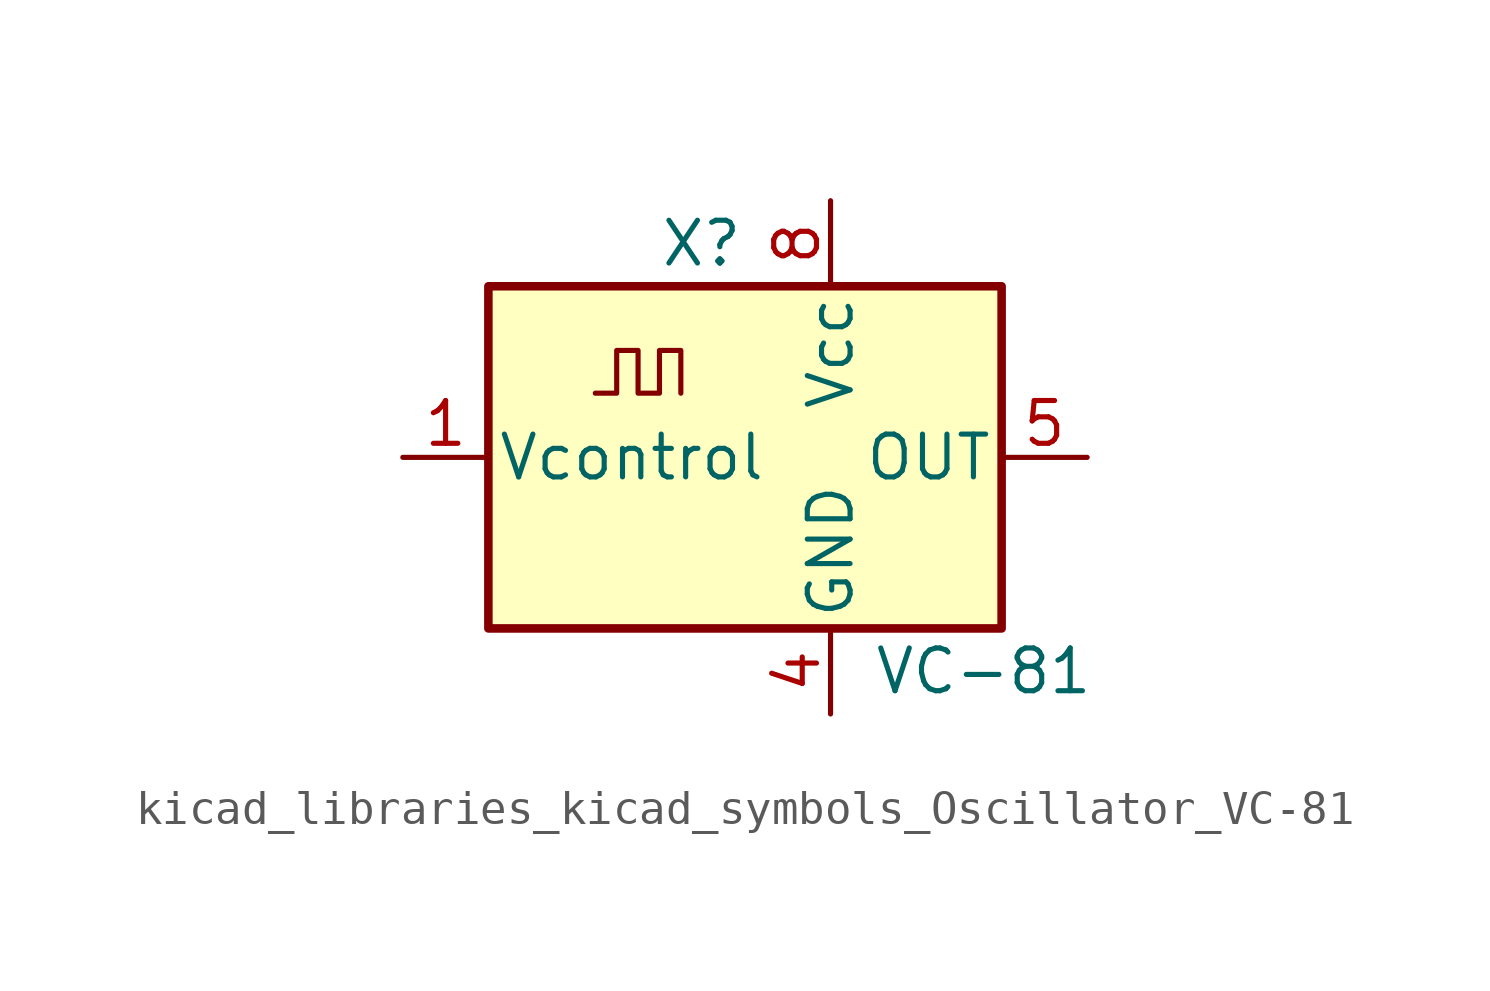
<source format=kicad_sym>
(kicad_symbol_lib
  (version 20220914)
  (generator kicad_symbol_editor)
  (symbol "kicad_libraries_kicad_symbols_Oscillator_VC-81"
    (pin_names
      (offset 0.254))
    (property "Reference" "X"
      (at -5.08 6.35 0)
      (effects (font (size 1.27 1.27)) (justify left)))
    (property "Value" "VC-81"
      (at 1.27 -6.35 0)
      (effects (font (size 1.27 1.27)) (justify left)))
    (symbol "kicad_libraries_kicad_symbols_Oscillator_VC-81_0_1"
      (rectangle (start -10.16 5.08) (end 5.08 -5.08) (stroke (width 0.254) (type default)) (fill (type background)))
      (polyline (pts (xy -6.985 1.905) (xy -6.35 1.905) (xy -6.35 3.175) (xy -5.715 3.175) (xy -5.715 1.905) (xy -5.08 1.905) (xy -5.08 3.175) (xy -4.445 3.175) (xy -4.445 1.905)) (stroke (width 0) (type default)) (fill (type none))))
    (symbol "kicad_libraries_kicad_symbols_Oscillator_VC-81_1_1"
      (pin input line (at -12.7 0 0) (length 2.54) (name "Vcontrol" (effects (font (size 1.27 1.27)))) (number "1" (effects (font (size 1.27 1.27)))))
      (pin power_in line (at 0 -7.62 90) (length 2.54) (name "GND" (effects (font (size 1.27 1.27)))) (number "4" (effects (font (size 1.27 1.27)))))
      (pin output line (at 7.62 0 180) (length 2.54) (name "OUT" (effects (font (size 1.27 1.27)))) (number "5" (effects (font (size 1.27 1.27)))))
      (pin power_in line (at 0 7.62 270) (length 2.54) (name "Vcc" (effects (font (size 1.27 1.27)))) (number "8" (effects (font (size 1.27 1.27))))))))
</source>
